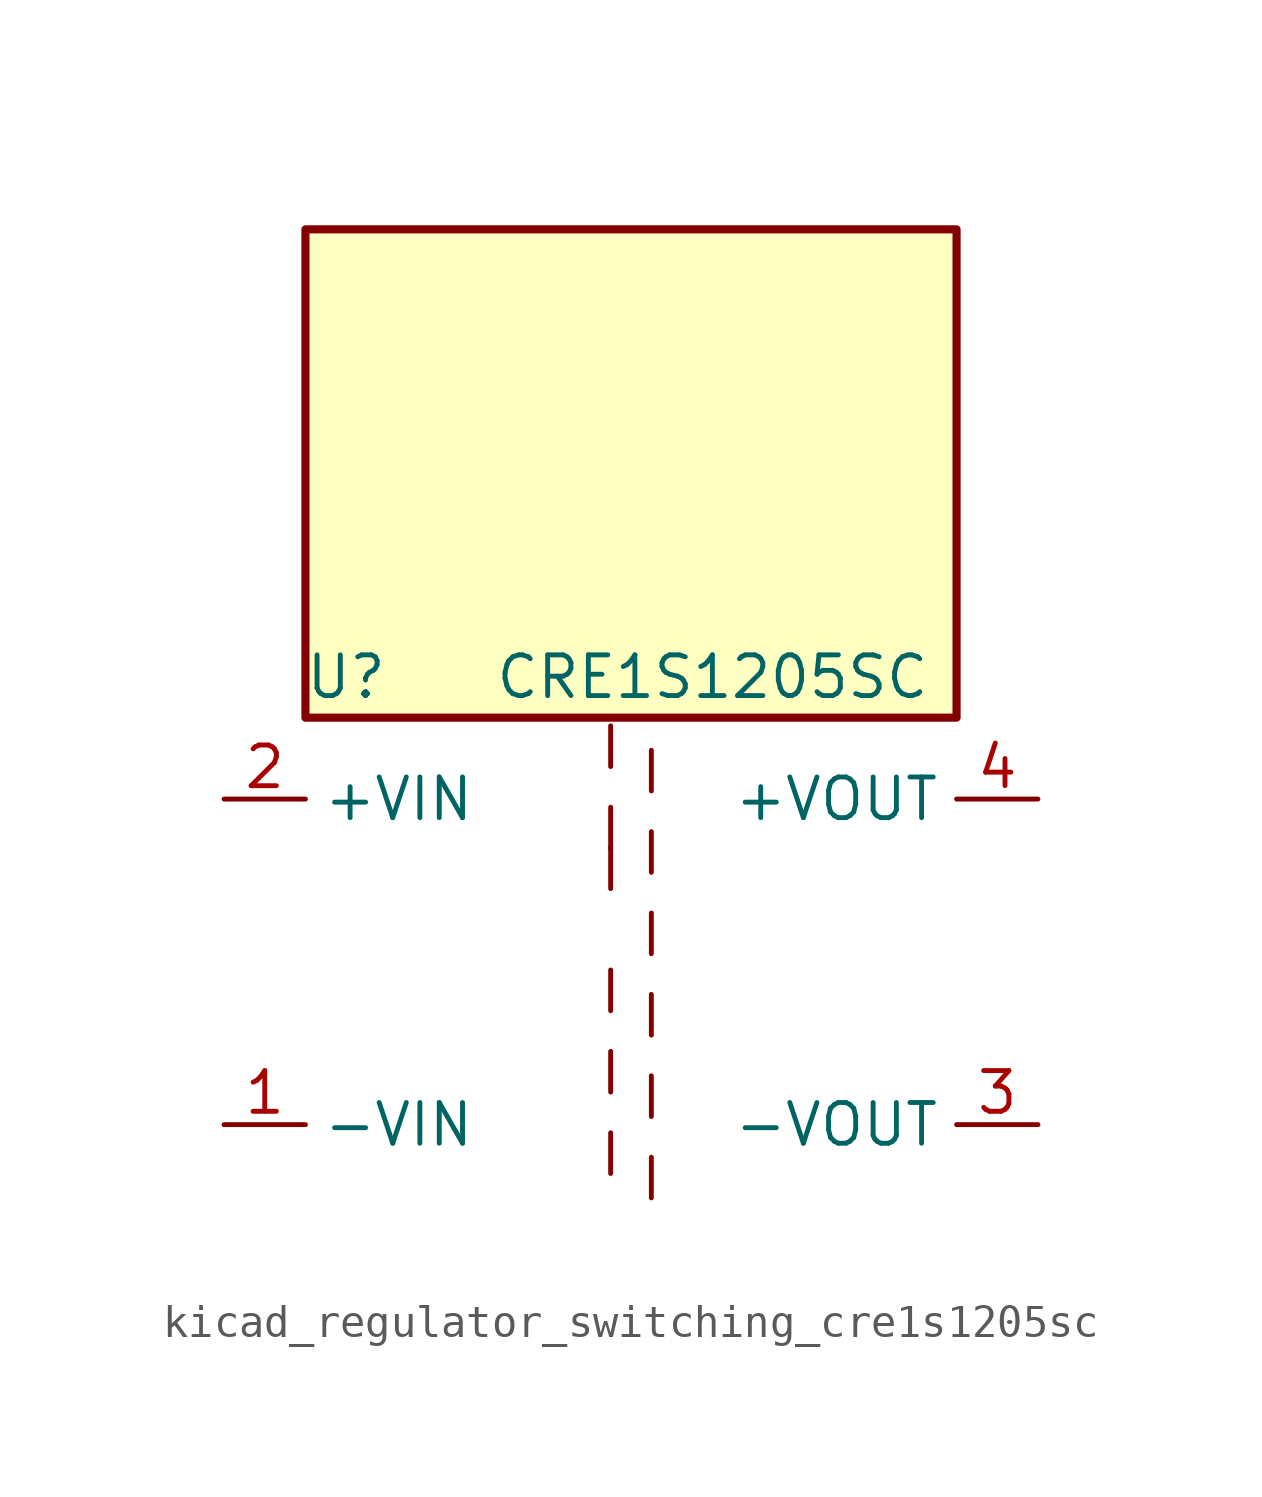
<source format=kicad_sym>
(kicad_symbol_lib
  (version 20220914)
  (generator kicad_symbol_editor)
  (symbol "kicad_regulator_switching_cre1s1205sc"
    (property "Reference" "U"
      (at -8.89 8.89 0)
      (effects (font (size 1.27 1.27))))
    (property "Value" "CRE1S1205SC"
      (at 2.54 8.89 0)
      (effects (font (size 1.27 1.27))))
    (symbol "kicad_regulator_switching_cre1s1205sc_0_1"
      (polyline (pts (xy -0.635 -5.334) (xy -0.635 -6.604)) (stroke (width 0) (type default)) (fill (type none)))
      (polyline (pts (xy -0.635 -2.794) (xy -0.635 -4.064)) (stroke (width 0) (type default)) (fill (type none)))
      (polyline (pts (xy -0.635 -0.254) (xy -0.635 -1.524)) (stroke (width 0) (type default)) (fill (type none)))
      (polyline (pts (xy -0.635 2.286) (xy -0.635 3.556)) (stroke (width 0) (type default)) (fill (type none)))
      (polyline (pts (xy -0.635 4.826) (xy -0.635 3.556)) (stroke (width 0) (type default)) (fill (type none)))
      (polyline (pts (xy -0.635 7.366) (xy -0.635 6.096)) (stroke (width 0) (type default)) (fill (type none)))
      (polyline (pts (xy 0.635 -7.366) (xy 0.635 -6.096)) (stroke (width 0) (type default)) (fill (type none)))
      (polyline (pts (xy 0.635 -4.826) (xy 0.635 -3.556)) (stroke (width 0) (type default)) (fill (type none)))
      (polyline (pts (xy 0.635 -2.286) (xy 0.635 -1.016)) (stroke (width 0) (type default)) (fill (type none)))
      (polyline (pts (xy 0.635 0.254) (xy 0.635 1.524)) (stroke (width 0) (type default)) (fill (type none)))
      (polyline (pts (xy 0.635 2.794) (xy 0.635 4.064)) (stroke (width 0) (type default)) (fill (type none)))
      (polyline (pts (xy 0.635 5.334) (xy 0.635 6.604)) (stroke (width 0) (type default)) (fill (type none)))
      (rectangle (start 10.16 22.86) (end -10.16 7.62) (stroke (width 0.254) (type default)) (fill (type background))))
    (symbol "kicad_regulator_switching_cre1s1205sc_1_1"
      (pin power_in line (at -12.7 -5.08 0) (length 2.54) (name "-VIN" (effects (font (size 1.27 1.27)))) (number "1" (effects (font (size 1.27 1.27)))))
      (pin power_in line (at -12.7 5.08 0) (length 2.54) (name "+VIN" (effects (font (size 1.27 1.27)))) (number "2" (effects (font (size 1.27 1.27)))))
      (pin power_out line (at 12.7 -5.08 180) (length 2.54) (name "-VOUT" (effects (font (size 1.27 1.27)))) (number "3" (effects (font (size 1.27 1.27)))))
      (pin power_out line (at 12.7 5.08 180) (length 2.54) (name "+VOUT" (effects (font (size 1.27 1.27)))) (number "4" (effects (font (size 1.27 1.27))))))))
</source>
